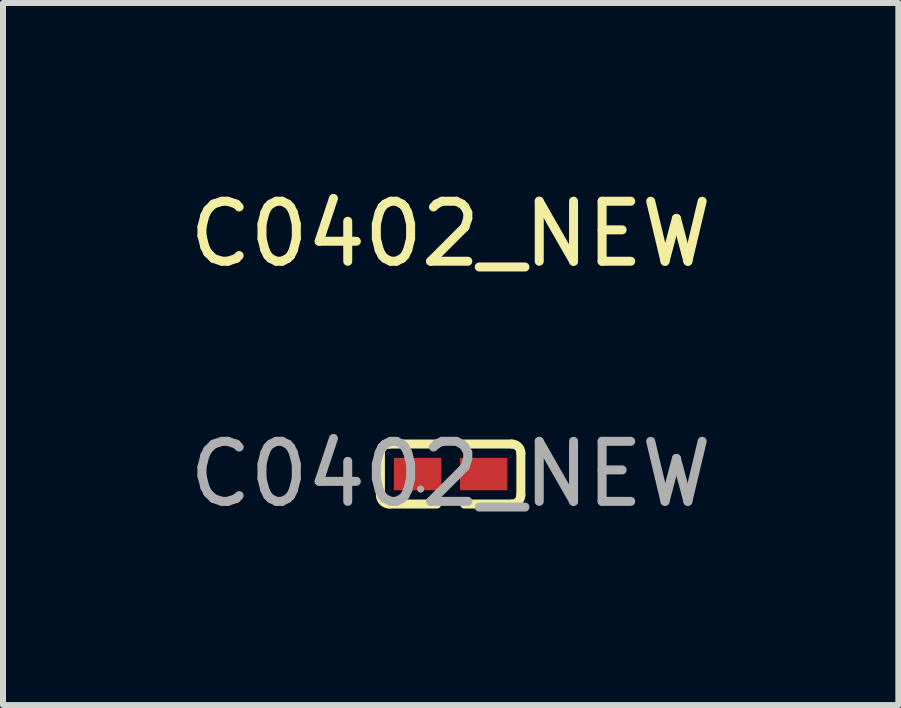
<source format=kicad_pcb>
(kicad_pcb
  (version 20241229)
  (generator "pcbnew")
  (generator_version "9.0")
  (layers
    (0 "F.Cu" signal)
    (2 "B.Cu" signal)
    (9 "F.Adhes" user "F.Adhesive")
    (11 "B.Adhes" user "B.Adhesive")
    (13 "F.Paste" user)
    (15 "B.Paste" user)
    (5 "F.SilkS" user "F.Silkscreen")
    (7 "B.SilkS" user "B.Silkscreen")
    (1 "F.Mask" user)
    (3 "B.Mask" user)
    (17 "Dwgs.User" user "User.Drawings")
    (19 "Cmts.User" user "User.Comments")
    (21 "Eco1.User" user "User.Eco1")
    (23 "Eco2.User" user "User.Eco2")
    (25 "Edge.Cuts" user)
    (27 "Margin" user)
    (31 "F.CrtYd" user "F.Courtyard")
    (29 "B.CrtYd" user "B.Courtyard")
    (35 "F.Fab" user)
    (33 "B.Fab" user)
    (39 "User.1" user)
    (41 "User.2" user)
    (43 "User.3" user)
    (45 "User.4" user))
  (footprint "C0402_NEW"
    (layer "F.Cu")
    (at 4.458 4.848)
    (property "Reference" "C0402_NEW" (at 0 -4 0) (layer "F.SilkS") (effects (font (size 1 1) (thickness 0.15))))
    (attr through_hole)
    (fp_line (start -1.17 0.35) (end -1.17 -0.35) (stroke (width 0.15) (type solid)) (layer "F.SilkS"))
    (fp_line (start -1.02 -0.5) (end -0.23 -0.5) (stroke (width 0.15) (type solid)) (layer "F.SilkS"))
    (fp_line (start -0.23 0.5) (end -1.02 0.5) (stroke (width 0.15) (type solid)) (layer "F.SilkS"))
    (fp_line (start 0.23 0.5) (end 1.02 0.5) (stroke (width 0.15) (type solid)) (layer "F.SilkS"))
    (fp_line (start 1.02 -0.5) (end 0.23 -0.5) (stroke (width 0.15) (type solid)) (layer "F.SilkS"))
    (fp_line (start 1.17 0.35) (end 1.17 -0.35) (stroke (width 0.15) (type solid)) (layer "F.SilkS"))
    (fp_arc (start -1.17 -0.35) (mid -1.126066 -0.456066) (end -1.02 -0.5) (stroke (width 0.15) (type solid)) (layer "F.SilkS"))
    (fp_arc (start -1.02 0.5) (mid -1.126066 0.456066) (end -1.17 0.35) (stroke (width 0.15) (type solid)) (layer "F.SilkS"))
    (fp_arc (start 1.02 -0.5) (mid 1.126066 -0.456066) (end 1.17 -0.35) (stroke (width 0.15) (type solid)) (layer "F.SilkS"))
    (fp_arc (start 1.17 0.35) (mid 1.126066 0.456066) (end 1.02 0.5) (stroke (width 0.15) (type solid)) (layer "F.SilkS"))
    (fp_circle (center -0.5 0.25) (end -0.47 0.25) (stroke (width 0.06) (type solid)) (fill no) (layer "F.Fab"))
    (fp_text user "${REFERENCE}" (at 0 0 0) (layer "F.Fab") (effects (font (size 1 1) (thickness 0.15))))
    (pad "1" smd rect (at -0.55 0) (size 0.79 0.54) (layers "F.Cu" "F.Mask" "F.Paste"))
    (pad "2" smd rect (at 0.55 0) (size 0.79 0.54) (layers "F.Cu" "F.Mask" "F.Paste")))
  (gr_rect
    (start -3 -3)
    (end 11.917 8.697)
    (stroke (width 0.1) (type default))
    (fill no)
    (layer "Edge.Cuts")))
</source>
